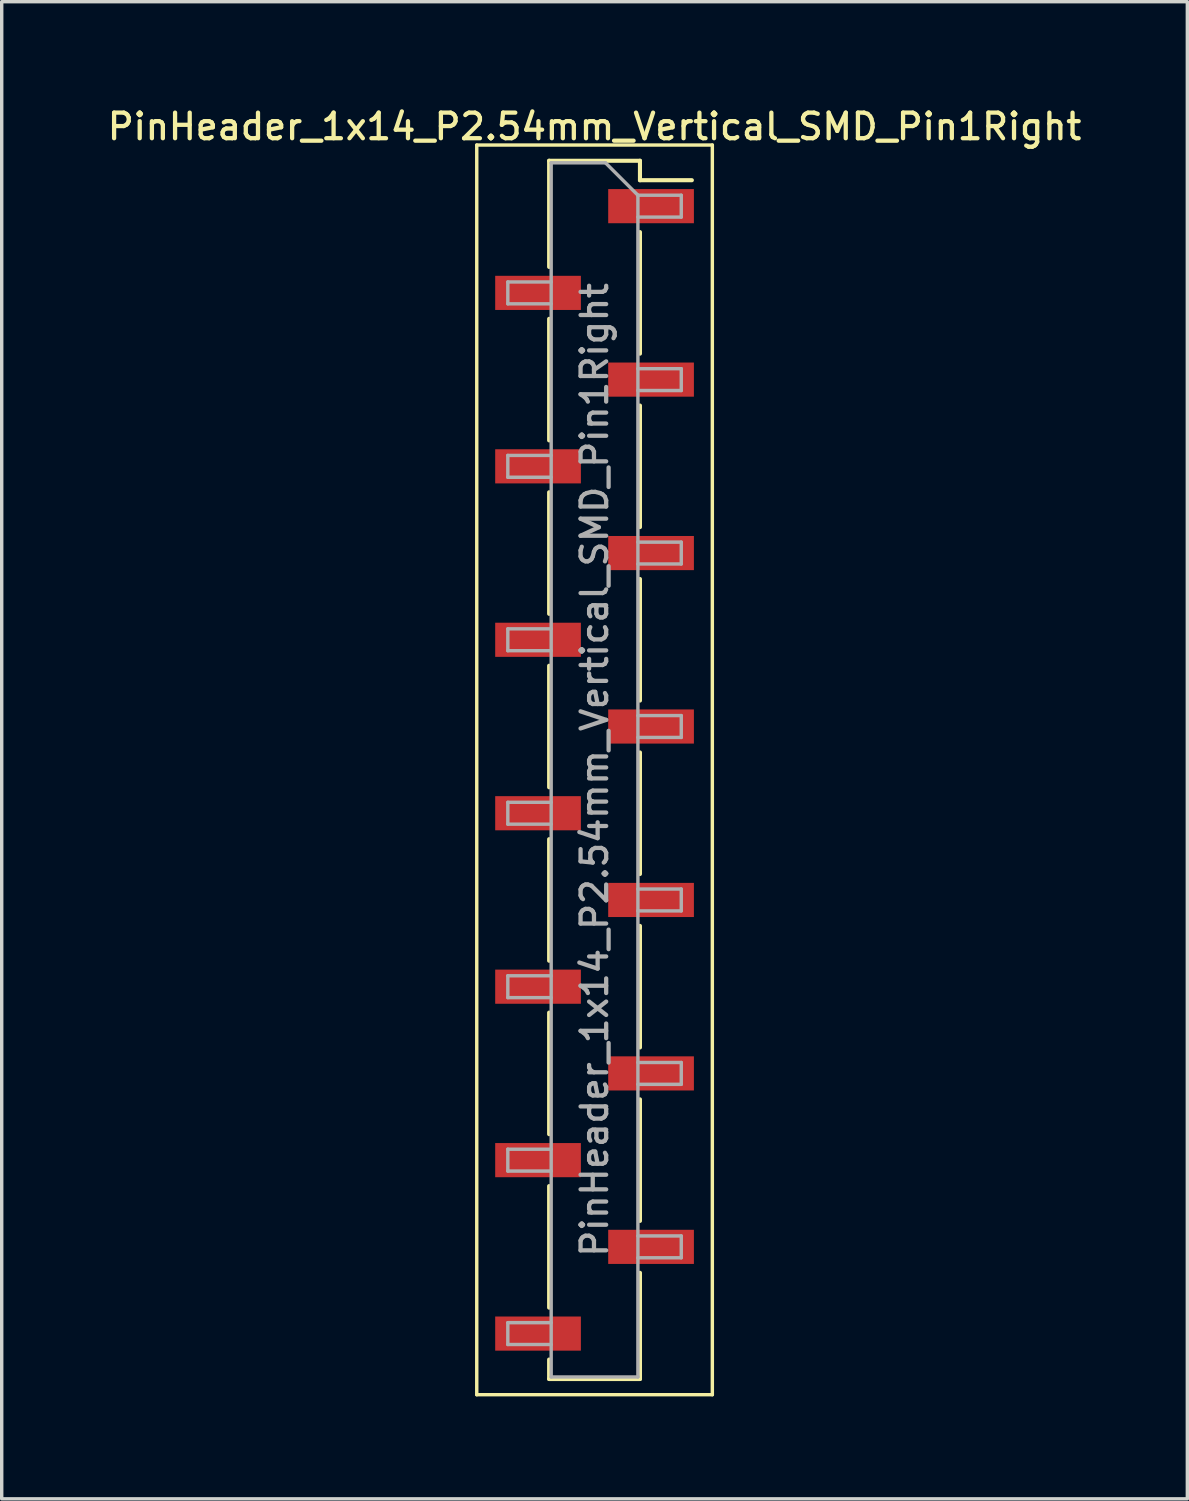
<source format=kicad_pcb>
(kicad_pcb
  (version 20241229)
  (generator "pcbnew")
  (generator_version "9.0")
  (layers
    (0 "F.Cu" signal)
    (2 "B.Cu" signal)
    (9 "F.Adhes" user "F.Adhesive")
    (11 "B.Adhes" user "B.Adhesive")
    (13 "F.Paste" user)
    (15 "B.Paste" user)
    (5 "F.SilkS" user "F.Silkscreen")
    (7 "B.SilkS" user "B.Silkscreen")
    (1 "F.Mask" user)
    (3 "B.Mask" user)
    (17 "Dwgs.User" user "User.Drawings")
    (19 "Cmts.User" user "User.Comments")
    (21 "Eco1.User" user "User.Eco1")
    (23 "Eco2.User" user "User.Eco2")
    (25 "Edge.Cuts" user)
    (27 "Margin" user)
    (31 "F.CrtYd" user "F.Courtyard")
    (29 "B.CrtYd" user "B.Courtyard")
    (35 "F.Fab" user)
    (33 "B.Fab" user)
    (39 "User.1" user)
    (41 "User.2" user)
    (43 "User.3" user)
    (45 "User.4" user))
  (footprint "PinHeader_1x14_P2.54mm_Vertical_SMD_Pin1Right"
    (layer "F.Cu")
    (at 14.363 19.498)
    (property "Reference" "PinHeader_1x14_P2.54mm_Vertical_SMD_Pin1Right" (at 0 -18.84 0) (layer "F.SilkS") (effects (font (size 0.75 0.75) (thickness 0.125))))
    (attr smd)
    (fp_line (start -3.45 -18.3) (end -3.45 18.3) (stroke (width 0.1) (type solid)) (layer "F.SilkS"))
    (fp_line (start -3.45 18.3) (end 3.45 18.3) (stroke (width 0.1) (type solid)) (layer "F.SilkS"))
    (fp_line (start -1.33 -17.84) (end -1.33 -14.73) (stroke (width 0.12) (type solid)) (layer "F.SilkS"))
    (fp_line (start -1.33 -17.84) (end 1.33 -17.84) (stroke (width 0.12) (type solid)) (layer "F.SilkS"))
    (fp_line (start -1.33 -13.21) (end -1.33 -9.65) (stroke (width 0.12) (type solid)) (layer "F.SilkS"))
    (fp_line (start -1.33 -8.13) (end -1.33 -4.57) (stroke (width 0.12) (type solid)) (layer "F.SilkS"))
    (fp_line (start -1.33 -3.05) (end -1.33 0.51) (stroke (width 0.12) (type solid)) (layer "F.SilkS"))
    (fp_line (start -1.33 2.03) (end -1.33 5.59) (stroke (width 0.12) (type solid)) (layer "F.SilkS"))
    (fp_line (start -1.33 7.11) (end -1.33 10.67) (stroke (width 0.12) (type solid)) (layer "F.SilkS"))
    (fp_line (start -1.33 12.19) (end -1.33 15.75) (stroke (width 0.12) (type solid)) (layer "F.SilkS"))
    (fp_line (start -1.33 17.27) (end -1.33 17.84) (stroke (width 0.12) (type solid)) (layer "F.SilkS"))
    (fp_line (start -1.33 17.84) (end 1.33 17.84) (stroke (width 0.12) (type solid)) (layer "F.SilkS"))
    (fp_line (start 1.33 -17.84) (end 1.33 -17.27) (stroke (width 0.12) (type solid)) (layer "F.SilkS"))
    (fp_line (start 1.33 -17.27) (end 2.85 -17.27) (stroke (width 0.12) (type solid)) (layer "F.SilkS"))
    (fp_line (start 1.33 -15.75) (end 1.33 -12.19) (stroke (width 0.12) (type solid)) (layer "F.SilkS"))
    (fp_line (start 1.33 -10.67) (end 1.33 -7.11) (stroke (width 0.12) (type solid)) (layer "F.SilkS"))
    (fp_line (start 1.33 -5.59) (end 1.33 -2.03) (stroke (width 0.12) (type solid)) (layer "F.SilkS"))
    (fp_line (start 1.33 -0.51) (end 1.33 3.05) (stroke (width 0.12) (type solid)) (layer "F.SilkS"))
    (fp_line (start 1.33 4.57) (end 1.33 8.13) (stroke (width 0.12) (type solid)) (layer "F.SilkS"))
    (fp_line (start 1.33 9.65) (end 1.33 13.21) (stroke (width 0.12) (type solid)) (layer "F.SilkS"))
    (fp_line (start 1.33 14.73) (end 1.33 17.84) (stroke (width 0.12) (type solid)) (layer "F.SilkS"))
    (fp_line (start 3.45 -18.3) (end -3.45 -18.3) (stroke (width 0.1) (type solid)) (layer "F.SilkS"))
    (fp_line (start 3.45 18.3) (end 3.45 -18.3) (stroke (width 0.1) (type solid)) (layer "F.SilkS"))
    (fp_line (start -2.54 -14.29) (end -2.54 -13.65) (stroke (width 0.1) (type solid)) (layer "F.Fab"))
    (fp_line (start -2.54 -13.65) (end -1.27 -13.65) (stroke (width 0.1) (type solid)) (layer "F.Fab"))
    (fp_line (start -2.54 -9.21) (end -2.54 -8.57) (stroke (width 0.1) (type solid)) (layer "F.Fab"))
    (fp_line (start -2.54 -8.57) (end -1.27 -8.57) (stroke (width 0.1) (type solid)) (layer "F.Fab"))
    (fp_line (start -2.54 -4.13) (end -2.54 -3.49) (stroke (width 0.1) (type solid)) (layer "F.Fab"))
    (fp_line (start -2.54 -3.49) (end -1.27 -3.49) (stroke (width 0.1) (type solid)) (layer "F.Fab"))
    (fp_line (start -2.54 0.95) (end -2.54 1.59) (stroke (width 0.1) (type solid)) (layer "F.Fab"))
    (fp_line (start -2.54 1.59) (end -1.27 1.59) (stroke (width 0.1) (type solid)) (layer "F.Fab"))
    (fp_line (start -2.54 6.03) (end -2.54 6.67) (stroke (width 0.1) (type solid)) (layer "F.Fab"))
    (fp_line (start -2.54 6.67) (end -1.27 6.67) (stroke (width 0.1) (type solid)) (layer "F.Fab"))
    (fp_line (start -2.54 11.11) (end -2.54 11.75) (stroke (width 0.1) (type solid)) (layer "F.Fab"))
    (fp_line (start -2.54 11.75) (end -1.27 11.75) (stroke (width 0.1) (type solid)) (layer "F.Fab"))
    (fp_line (start -2.54 16.19) (end -2.54 16.83) (stroke (width 0.1) (type solid)) (layer "F.Fab"))
    (fp_line (start -2.54 16.83) (end -1.27 16.83) (stroke (width 0.1) (type solid)) (layer "F.Fab"))
    (fp_line (start -1.27 -17.78) (end -1.27 17.78) (stroke (width 0.1) (type solid)) (layer "F.Fab"))
    (fp_line (start -1.27 -17.78) (end 0.32 -17.78) (stroke (width 0.1) (type solid)) (layer "F.Fab"))
    (fp_line (start -1.27 -14.29) (end -2.54 -14.29) (stroke (width 0.1) (type solid)) (layer "F.Fab"))
    (fp_line (start -1.27 -9.21) (end -2.54 -9.21) (stroke (width 0.1) (type solid)) (layer "F.Fab"))
    (fp_line (start -1.27 -4.13) (end -2.54 -4.13) (stroke (width 0.1) (type solid)) (layer "F.Fab"))
    (fp_line (start -1.27 0.95) (end -2.54 0.95) (stroke (width 0.1) (type solid)) (layer "F.Fab"))
    (fp_line (start -1.27 6.03) (end -2.54 6.03) (stroke (width 0.1) (type solid)) (layer "F.Fab"))
    (fp_line (start -1.27 11.11) (end -2.54 11.11) (stroke (width 0.1) (type solid)) (layer "F.Fab"))
    (fp_line (start -1.27 16.19) (end -2.54 16.19) (stroke (width 0.1) (type solid)) (layer "F.Fab"))
    (fp_line (start 1.27 -16.83) (end 0.32 -17.78) (stroke (width 0.1) (type solid)) (layer "F.Fab"))
    (fp_line (start 1.27 -16.83) (end 2.54 -16.83) (stroke (width 0.1) (type solid)) (layer "F.Fab"))
    (fp_line (start 1.27 -11.75) (end 2.54 -11.75) (stroke (width 0.1) (type solid)) (layer "F.Fab"))
    (fp_line (start 1.27 -6.67) (end 2.54 -6.67) (stroke (width 0.1) (type solid)) (layer "F.Fab"))
    (fp_line (start 1.27 -1.59) (end 2.54 -1.59) (stroke (width 0.1) (type solid)) (layer "F.Fab"))
    (fp_line (start 1.27 3.49) (end 2.54 3.49) (stroke (width 0.1) (type solid)) (layer "F.Fab"))
    (fp_line (start 1.27 8.57) (end 2.54 8.57) (stroke (width 0.1) (type solid)) (layer "F.Fab"))
    (fp_line (start 1.27 13.65) (end 2.54 13.65) (stroke (width 0.1) (type solid)) (layer "F.Fab"))
    (fp_line (start 1.27 17.78) (end -1.27 17.78) (stroke (width 0.1) (type solid)) (layer "F.Fab"))
    (fp_line (start 1.27 17.78) (end 1.27 -16.83) (stroke (width 0.1) (type solid)) (layer "F.Fab"))
    (fp_line (start 2.54 -16.83) (end 2.54 -16.19) (stroke (width 0.1) (type solid)) (layer "F.Fab"))
    (fp_line (start 2.54 -16.19) (end 1.27 -16.19) (stroke (width 0.1) (type solid)) (layer "F.Fab"))
    (fp_line (start 2.54 -11.75) (end 2.54 -11.11) (stroke (width 0.1) (type solid)) (layer "F.Fab"))
    (fp_line (start 2.54 -11.11) (end 1.27 -11.11) (stroke (width 0.1) (type solid)) (layer "F.Fab"))
    (fp_line (start 2.54 -6.67) (end 2.54 -6.03) (stroke (width 0.1) (type solid)) (layer "F.Fab"))
    (fp_line (start 2.54 -6.03) (end 1.27 -6.03) (stroke (width 0.1) (type solid)) (layer "F.Fab"))
    (fp_line (start 2.54 -1.59) (end 2.54 -0.95) (stroke (width 0.1) (type solid)) (layer "F.Fab"))
    (fp_line (start 2.54 -0.95) (end 1.27 -0.95) (stroke (width 0.1) (type solid)) (layer "F.Fab"))
    (fp_line (start 2.54 3.49) (end 2.54 4.13) (stroke (width 0.1) (type solid)) (layer "F.Fab"))
    (fp_line (start 2.54 4.13) (end 1.27 4.13) (stroke (width 0.1) (type solid)) (layer "F.Fab"))
    (fp_line (start 2.54 8.57) (end 2.54 9.21) (stroke (width 0.1) (type solid)) (layer "F.Fab"))
    (fp_line (start 2.54 9.21) (end 1.27 9.21) (stroke (width 0.1) (type solid)) (layer "F.Fab"))
    (fp_line (start 2.54 13.65) (end 2.54 14.29) (stroke (width 0.1) (type solid)) (layer "F.Fab"))
    (fp_line (start 2.54 14.29) (end 1.27 14.29) (stroke (width 0.1) (type solid)) (layer "F.Fab"))
    (fp_text user "${REFERENCE}" (at 0 0 90) (layer "F.Fab") (effects (font (size 0.75 0.75) (thickness 0.125))))
    (pad "1" smd rect (at 1.655 -16.51) (size 2.51 1) (layers "F.Cu" "F.Mask" "F.Paste"))
    (pad "2" smd rect (at -1.655 -13.97) (size 2.51 1) (layers "F.Cu" "F.Mask" "F.Paste"))
    (pad "3" smd rect (at 1.655 -11.43) (size 2.51 1) (layers "F.Cu" "F.Mask" "F.Paste"))
    (pad "4" smd rect (at -1.655 -8.89) (size 2.51 1) (layers "F.Cu" "F.Mask" "F.Paste"))
    (pad "5" smd rect (at 1.655 -6.35) (size 2.51 1) (layers "F.Cu" "F.Mask" "F.Paste"))
    (pad "6" smd rect (at -1.655 -3.81) (size 2.51 1) (layers "F.Cu" "F.Mask" "F.Paste"))
    (pad "7" smd rect (at 1.655 -1.27) (size 2.51 1) (layers "F.Cu" "F.Mask" "F.Paste"))
    (pad "8" smd rect (at -1.655 1.27) (size 2.51 1) (layers "F.Cu" "F.Mask" "F.Paste"))
    (pad "9" smd rect (at 1.655 3.81) (size 2.51 1) (layers "F.Cu" "F.Mask" "F.Paste"))
    (pad "10" smd rect (at -1.655 6.35) (size 2.51 1) (layers "F.Cu" "F.Mask" "F.Paste"))
    (pad "11" smd rect (at 1.655 8.89) (size 2.51 1) (layers "F.Cu" "F.Mask" "F.Paste"))
    (pad "12" smd rect (at -1.655 11.43) (size 2.51 1) (layers "F.Cu" "F.Mask" "F.Paste"))
    (pad "13" smd rect (at 1.655 13.97) (size 2.51 1) (layers "F.Cu" "F.Mask" "F.Paste"))
    (pad "14" smd rect (at -1.655 16.51) (size 2.51 1) (layers "F.Cu" "F.Mask" "F.Paste")))
  (gr_rect
    (start -3 -3)
    (end 31.725 40.848)
    (stroke (width 0.1) (type default))
    (fill no)
    (layer "Edge.Cuts")))
</source>
